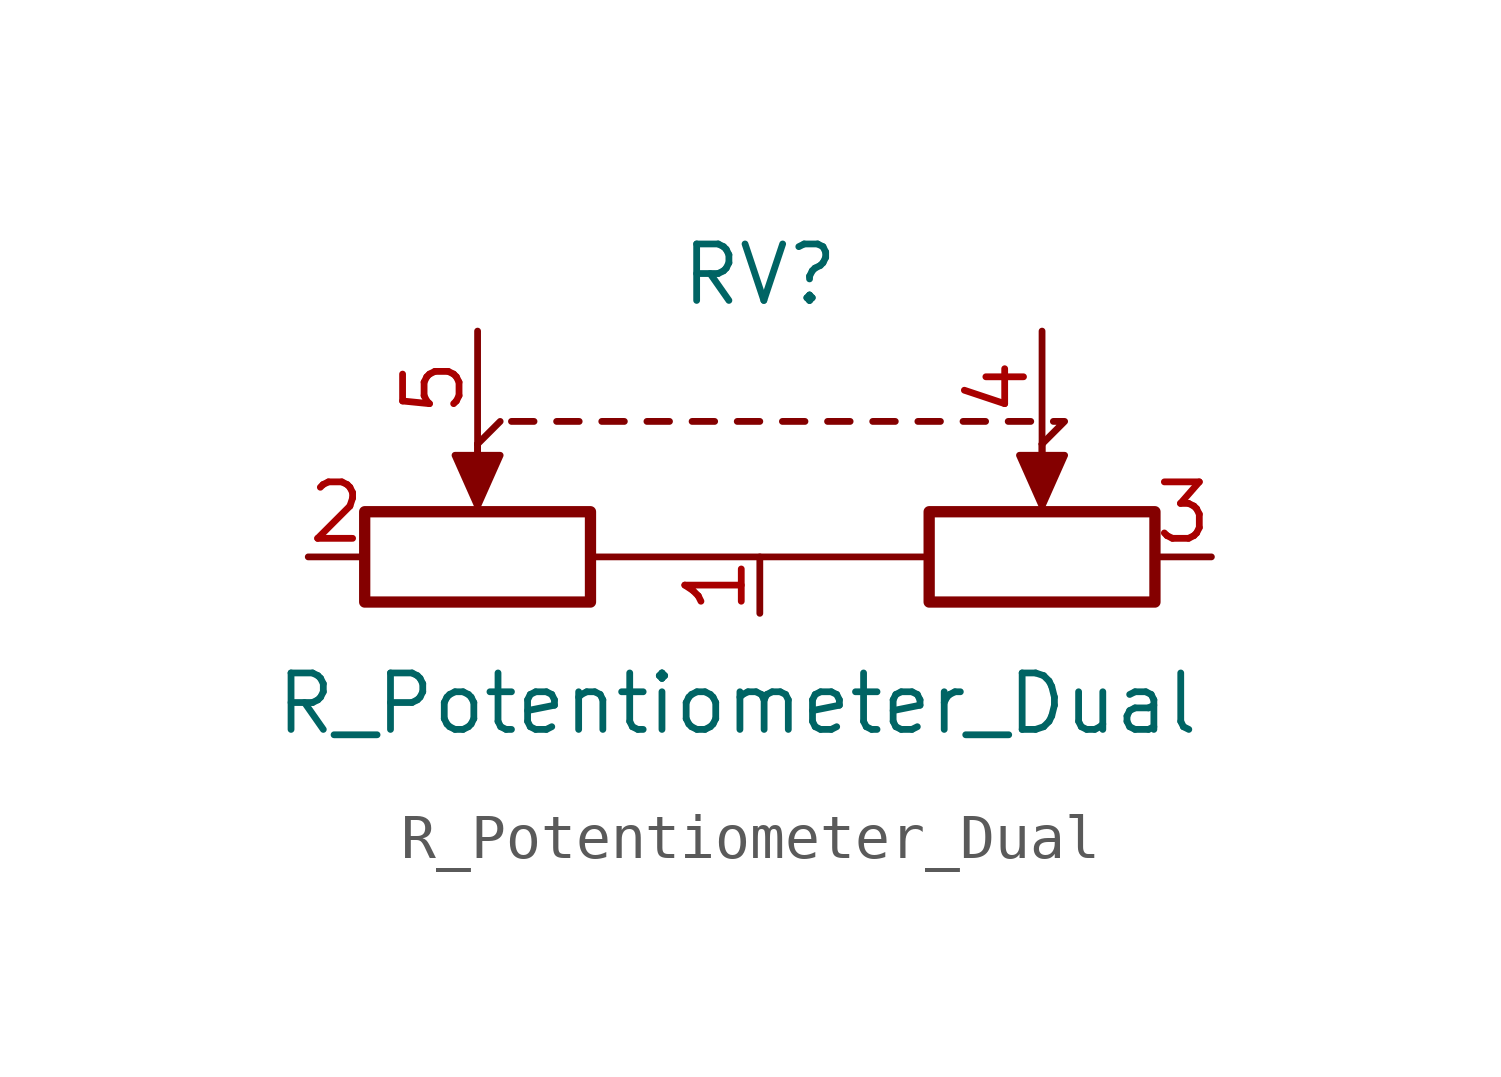
<source format=kicad_sym>
(kicad_symbol_lib
  (version 20231120)
  (generator "kicad_symbol_editor")
  (generator_version "8.0")
  (symbol "R_Potentiometer_Dual"
    (pin_names
      (offset 1.016) hide)
    (property "Reference" "RV"
      (at 0 3.81 0)
      (effects (font (size 1.27 1.27))))
    (property "Value" "R_Potentiometer_Dual"
      (at -0.508 -5.842 0)
      (effects (font (size 1.27 1.27))))
    (symbol "R_Potentiometer_Dual_0_1"
      (rectangle (start -8.89 -1.524) (end -3.81 -3.556) (stroke (width 0.254) (type default)) (fill (type none)))
      (polyline (pts (xy -6.35 0) (xy -6.35 -1.016)) (stroke (width 0) (type default)) (fill (type none)))
      (polyline (pts (xy -6.35 0) (xy -6.35 -1.016)) (stroke (width 0) (type default)) (fill (type none)))
      (polyline (pts (xy -6.35 0) (xy -5.842 0.508)) (stroke (width 0) (type default)) (fill (type none)))
      (polyline (pts (xy -5.588 0.508) (xy -5.08 0.508)) (stroke (width 0) (type default)) (fill (type none)))
      (polyline (pts (xy -4.572 0.508) (xy -4.064 0.508)) (stroke (width 0) (type default)) (fill (type none)))
      (polyline (pts (xy -3.81 -2.54) (xy 3.81 -2.54)) (stroke (width 0) (type default)) (fill (type none)))
      (polyline (pts (xy -3.556 0.508) (xy -3.048 0.508)) (stroke (width 0) (type default)) (fill (type none)))
      (polyline (pts (xy -2.54 0.508) (xy -2.032 0.508)) (stroke (width 0) (type default)) (fill (type none)))
      (polyline (pts (xy -1.524 0.508) (xy -1.016 0.508)) (stroke (width 0) (type default)) (fill (type none)))
      (polyline (pts (xy -0.508 0.508) (xy 0 0.508)) (stroke (width 0) (type default)) (fill (type none)))
      (polyline (pts (xy 0.508 0.508) (xy 1.016 0.508)) (stroke (width 0) (type default)) (fill (type none)))
      (polyline (pts (xy 1.524 0.508) (xy 2.032 0.508)) (stroke (width 0) (type default)) (fill (type none)))
      (polyline (pts (xy 2.54 0.508) (xy 3.048 0.508)) (stroke (width 0) (type default)) (fill (type none)))
      (polyline (pts (xy 3.556 0.508) (xy 4.064 0.508)) (stroke (width 0) (type default)) (fill (type none)))
      (polyline (pts (xy 4.572 0.508) (xy 5.08 0.508)) (stroke (width 0) (type default)) (fill (type none)))
      (polyline (pts (xy 5.588 0.508) (xy 6.096 0.508)) (stroke (width 0) (type default)) (fill (type none)))
      (polyline (pts (xy 6.35 0) (xy 6.35 -1.016)) (stroke (width 0) (type default)) (fill (type none)))
      (polyline (pts (xy 6.35 0) (xy 6.35 -1.016)) (stroke (width 0) (type default)) (fill (type none)))
      (polyline (pts (xy 6.604 0.508) (xy 6.858 0.508) (xy 6.35 0)) (stroke (width 0) (type default)) (fill (type none)))
      (polyline (pts (xy -6.35 -1.397) (xy -6.858 -0.254) (xy -5.842 -0.254) (xy -6.35 -1.397)) (stroke (width 0) (type default)) (fill (type outline)))
      (polyline (pts (xy 6.35 -1.397) (xy 5.842 -0.254) (xy 6.858 -0.254) (xy 6.35 -1.397)) (stroke (width 0) (type default)) (fill (type outline)))
      (rectangle (start 3.81 -1.524) (end 8.89 -3.556) (stroke (width 0.254) (type default)) (fill (type none))))
    (symbol "R_Potentiometer_Dual_1_1"
      (pin passive line (at 0 -3.81 90) (length 1.27) (name "1" (effects (font (size 1.27 1.27)))) (number "1" (effects (font (size 1.27 1.27)))))
      (pin passive line (at -10.16 -2.54 0) (length 1.27) (name "2" (effects (font (size 1.27 1.27)))) (number "2" (effects (font (size 1.27 1.27)))))
      (pin passive line (at 10.16 -2.54 180) (length 1.27) (name "3" (effects (font (size 1.27 1.27)))) (number "3" (effects (font (size 1.27 1.27)))))
      (pin passive line (at 6.35 2.54 270) (length 2.54) (name "4" (effects (font (size 1.27 1.27)))) (number "4" (effects (font (size 1.27 1.27)))))
      (pin passive line (at -6.35 2.54 270) (length 2.54) (name "5" (effects (font (size 1.27 1.27)))) (number "5" (effects (font (size 1.27 1.27))))))))
</source>
